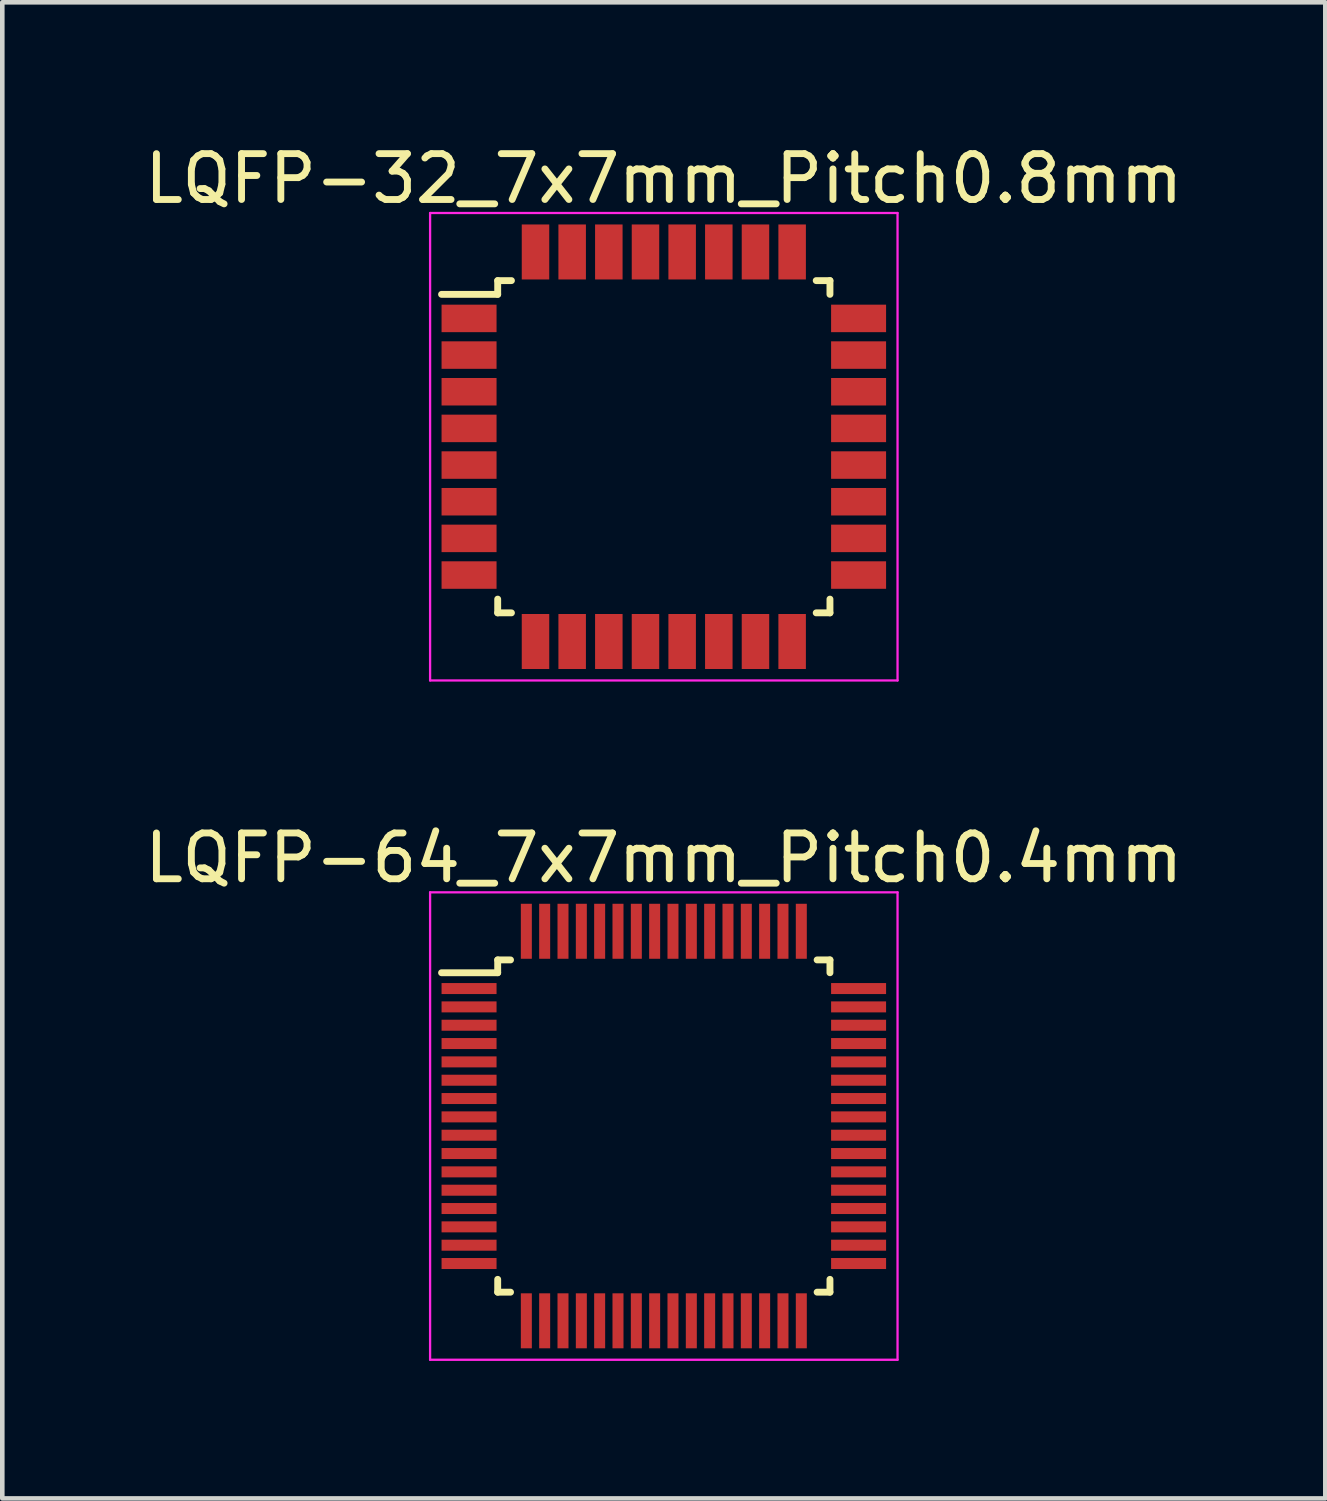
<source format=kicad_pcb>
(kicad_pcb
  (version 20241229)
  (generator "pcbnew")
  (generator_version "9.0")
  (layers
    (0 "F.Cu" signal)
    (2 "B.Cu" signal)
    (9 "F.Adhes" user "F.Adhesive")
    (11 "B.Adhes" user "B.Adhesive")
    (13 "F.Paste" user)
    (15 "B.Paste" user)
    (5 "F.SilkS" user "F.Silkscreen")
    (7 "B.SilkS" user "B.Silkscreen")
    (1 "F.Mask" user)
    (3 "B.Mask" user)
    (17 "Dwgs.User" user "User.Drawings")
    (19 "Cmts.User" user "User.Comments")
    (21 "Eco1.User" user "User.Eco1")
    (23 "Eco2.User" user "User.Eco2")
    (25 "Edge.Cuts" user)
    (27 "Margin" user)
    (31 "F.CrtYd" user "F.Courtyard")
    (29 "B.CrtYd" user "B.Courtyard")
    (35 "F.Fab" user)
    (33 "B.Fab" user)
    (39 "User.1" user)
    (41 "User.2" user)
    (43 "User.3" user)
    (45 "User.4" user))
  (footprint "LQFP-32_7x7mm_Pitch0.8mm"
    (layer "F.Cu")
    (at 11.435 6.698)
    (property "Reference" "LQFP-32_7x7mm_Pitch0.8mm" (at 0 -5.85 0) (layer "F.SilkS") (effects (font (size 1 1) (thickness 0.15))))
    (attr smd)
    (fp_line (start -3.625 -3.625) (end -3.625 -3.325) (stroke (width 0.15) (type solid)) (layer "F.SilkS"))
    (fp_line (start -3.625 -3.625) (end -3.325 -3.625) (stroke (width 0.15) (type solid)) (layer "F.SilkS"))
    (fp_line (start -3.625 -3.325) (end -4.85 -3.325) (stroke (width 0.15) (type solid)) (layer "F.SilkS"))
    (fp_line (start -3.625 3.625) (end -3.625 3.325) (stroke (width 0.15) (type solid)) (layer "F.SilkS"))
    (fp_line (start -3.625 3.625) (end -3.325 3.625) (stroke (width 0.15) (type solid)) (layer "F.SilkS"))
    (fp_line (start 3.625 -3.625) (end 3.325 -3.625) (stroke (width 0.15) (type solid)) (layer "F.SilkS"))
    (fp_line (start 3.625 -3.625) (end 3.625 -3.325) (stroke (width 0.15) (type solid)) (layer "F.SilkS"))
    (fp_line (start 3.625 3.625) (end 3.325 3.625) (stroke (width 0.15) (type solid)) (layer "F.SilkS"))
    (fp_line (start 3.625 3.625) (end 3.625 3.325) (stroke (width 0.15) (type solid)) (layer "F.SilkS"))
    (fp_line (start -5.1 -5.1) (end -5.1 5.1) (stroke (width 0.05) (type solid)) (layer "F.CrtYd"))
    (fp_line (start -5.1 -5.1) (end 5.1 -5.1) (stroke (width 0.05) (type solid)) (layer "F.CrtYd"))
    (fp_line (start -5.1 5.1) (end 5.1 5.1) (stroke (width 0.05) (type solid)) (layer "F.CrtYd"))
    (fp_line (start 5.1 -5.1) (end 5.1 5.1) (stroke (width 0.05) (type solid)) (layer "F.CrtYd"))
    (pad "1" smd rect (at -4.25 -2.8) (size 1.2 0.6) (layers "F.Cu" "F.Mask" "F.Paste"))
    (pad "2" smd rect (at -4.25 -2) (size 1.2 0.6) (layers "F.Cu" "F.Mask" "F.Paste"))
    (pad "3" smd rect (at -4.25 -1.2) (size 1.2 0.6) (layers "F.Cu" "F.Mask" "F.Paste"))
    (pad "4" smd rect (at -4.25 -0.4) (size 1.2 0.6) (layers "F.Cu" "F.Mask" "F.Paste"))
    (pad "5" smd rect (at -4.25 0.4) (size 1.2 0.6) (layers "F.Cu" "F.Mask" "F.Paste"))
    (pad "6" smd rect (at -4.25 1.2) (size 1.2 0.6) (layers "F.Cu" "F.Mask" "F.Paste"))
    (pad "7" smd rect (at -4.25 2) (size 1.2 0.6) (layers "F.Cu" "F.Mask" "F.Paste"))
    (pad "8" smd rect (at -4.25 2.8) (size 1.2 0.6) (layers "F.Cu" "F.Mask" "F.Paste"))
    (pad "9" smd rect (at -2.8 4.25 90) (size 1.2 0.6) (layers "F.Cu" "F.Mask" "F.Paste"))
    (pad "10" smd rect (at -2 4.25 90) (size 1.2 0.6) (layers "F.Cu" "F.Mask" "F.Paste"))
    (pad "11" smd rect (at -1.2 4.25 90) (size 1.2 0.6) (layers "F.Cu" "F.Mask" "F.Paste"))
    (pad "12" smd rect (at -0.4 4.25 90) (size 1.2 0.6) (layers "F.Cu" "F.Mask" "F.Paste"))
    (pad "13" smd rect (at 0.4 4.25 90) (size 1.2 0.6) (layers "F.Cu" "F.Mask" "F.Paste"))
    (pad "14" smd rect (at 1.2 4.25 90) (size 1.2 0.6) (layers "F.Cu" "F.Mask" "F.Paste"))
    (pad "15" smd rect (at 2 4.25 90) (size 1.2 0.6) (layers "F.Cu" "F.Mask" "F.Paste"))
    (pad "16" smd rect (at 2.8 4.25 90) (size 1.2 0.6) (layers "F.Cu" "F.Mask" "F.Paste"))
    (pad "17" smd rect (at 4.25 2.8) (size 1.2 0.6) (layers "F.Cu" "F.Mask" "F.Paste"))
    (pad "18" smd rect (at 4.25 2) (size 1.2 0.6) (layers "F.Cu" "F.Mask" "F.Paste"))
    (pad "19" smd rect (at 4.25 1.2) (size 1.2 0.6) (layers "F.Cu" "F.Mask" "F.Paste"))
    (pad "20" smd rect (at 4.25 0.4) (size 1.2 0.6) (layers "F.Cu" "F.Mask" "F.Paste"))
    (pad "21" smd rect (at 4.25 -0.4) (size 1.2 0.6) (layers "F.Cu" "F.Mask" "F.Paste"))
    (pad "22" smd rect (at 4.25 -1.2) (size 1.2 0.6) (layers "F.Cu" "F.Mask" "F.Paste"))
    (pad "23" smd rect (at 4.25 -2) (size 1.2 0.6) (layers "F.Cu" "F.Mask" "F.Paste"))
    (pad "24" smd rect (at 4.25 -2.8) (size 1.2 0.6) (layers "F.Cu" "F.Mask" "F.Paste"))
    (pad "25" smd rect (at 2.8 -4.25 90) (size 1.2 0.6) (layers "F.Cu" "F.Mask" "F.Paste"))
    (pad "26" smd rect (at 2 -4.25 90) (size 1.2 0.6) (layers "F.Cu" "F.Mask" "F.Paste"))
    (pad "27" smd rect (at 1.2 -4.25 90) (size 1.2 0.6) (layers "F.Cu" "F.Mask" "F.Paste"))
    (pad "28" smd rect (at 0.4 -4.25 90) (size 1.2 0.6) (layers "F.Cu" "F.Mask" "F.Paste"))
    (pad "29" smd rect (at -0.4 -4.25 90) (size 1.2 0.6) (layers "F.Cu" "F.Mask" "F.Paste"))
    (pad "30" smd rect (at -1.2 -4.25 90) (size 1.2 0.6) (layers "F.Cu" "F.Mask" "F.Paste"))
    (pad "31" smd rect (at -2 -4.25 90) (size 1.2 0.6) (layers "F.Cu" "F.Mask" "F.Paste"))
    (pad "32" smd rect (at -2.8 -4.25 90) (size 1.2 0.6) (layers "F.Cu" "F.Mask" "F.Paste")))
  (footprint "LQFP-64_7x7mm_Pitch0.4mm"
    (layer "F.Cu")
    (at 11.435 21.521)
    (property "Reference" "LQFP-64_7x7mm_Pitch0.4mm" (at 0 -5.85 0) (layer "F.SilkS") (effects (font (size 1 1) (thickness 0.15))))
    (attr smd)
    (fp_line (start -3.625 -3.625) (end -3.625 -3.345) (stroke (width 0.15) (type solid)) (layer "F.SilkS"))
    (fp_line (start -3.625 -3.625) (end -3.345 -3.625) (stroke (width 0.15) (type solid)) (layer "F.SilkS"))
    (fp_line (start -3.625 -3.345) (end -4.85 -3.345) (stroke (width 0.15) (type solid)) (layer "F.SilkS"))
    (fp_line (start -3.625 3.625) (end -3.625 3.345) (stroke (width 0.15) (type solid)) (layer "F.SilkS"))
    (fp_line (start -3.625 3.625) (end -3.345 3.625) (stroke (width 0.15) (type solid)) (layer "F.SilkS"))
    (fp_line (start 3.625 -3.625) (end 3.345 -3.625) (stroke (width 0.15) (type solid)) (layer "F.SilkS"))
    (fp_line (start 3.625 -3.625) (end 3.625 -3.345) (stroke (width 0.15) (type solid)) (layer "F.SilkS"))
    (fp_line (start 3.625 3.625) (end 3.345 3.625) (stroke (width 0.15) (type solid)) (layer "F.SilkS"))
    (fp_line (start 3.625 3.625) (end 3.625 3.345) (stroke (width 0.15) (type solid)) (layer "F.SilkS"))
    (fp_line (start -5.1 -5.1) (end -5.1 5.1) (stroke (width 0.05) (type solid)) (layer "F.CrtYd"))
    (fp_line (start -5.1 -5.1) (end 5.1 -5.1) (stroke (width 0.05) (type solid)) (layer "F.CrtYd"))
    (fp_line (start -5.1 5.1) (end 5.1 5.1) (stroke (width 0.05) (type solid)) (layer "F.CrtYd"))
    (fp_line (start 5.1 -5.1) (end 5.1 5.1) (stroke (width 0.05) (type solid)) (layer "F.CrtYd"))
    (pad "1" smd rect (at -4.25 -3) (size 1.2 0.24) (layers "F.Cu" "F.Mask" "F.Paste"))
    (pad "2" smd rect (at -4.25 -2.6) (size 1.2 0.24) (layers "F.Cu" "F.Mask" "F.Paste"))
    (pad "3" smd rect (at -4.25 -2.2) (size 1.2 0.24) (layers "F.Cu" "F.Mask" "F.Paste"))
    (pad "4" smd rect (at -4.25 -1.8) (size 1.2 0.24) (layers "F.Cu" "F.Mask" "F.Paste"))
    (pad "5" smd rect (at -4.25 -1.4) (size 1.2 0.24) (layers "F.Cu" "F.Mask" "F.Paste"))
    (pad "6" smd rect (at -4.25 -1) (size 1.2 0.24) (layers "F.Cu" "F.Mask" "F.Paste"))
    (pad "7" smd rect (at -4.25 -0.6) (size 1.2 0.24) (layers "F.Cu" "F.Mask" "F.Paste"))
    (pad "8" smd rect (at -4.25 -0.2) (size 1.2 0.24) (layers "F.Cu" "F.Mask" "F.Paste"))
    (pad "9" smd rect (at -4.25 0.2) (size 1.2 0.24) (layers "F.Cu" "F.Mask" "F.Paste"))
    (pad "10" smd rect (at -4.25 0.6) (size 1.2 0.24) (layers "F.Cu" "F.Mask" "F.Paste"))
    (pad "11" smd rect (at -4.25 1) (size 1.2 0.24) (layers "F.Cu" "F.Mask" "F.Paste"))
    (pad "12" smd rect (at -4.25 1.4) (size 1.2 0.24) (layers "F.Cu" "F.Mask" "F.Paste"))
    (pad "13" smd rect (at -4.25 1.8) (size 1.2 0.24) (layers "F.Cu" "F.Mask" "F.Paste"))
    (pad "14" smd rect (at -4.25 2.2) (size 1.2 0.24) (layers "F.Cu" "F.Mask" "F.Paste"))
    (pad "15" smd rect (at -4.25 2.6) (size 1.2 0.24) (layers "F.Cu" "F.Mask" "F.Paste"))
    (pad "16" smd rect (at -4.25 3) (size 1.2 0.24) (layers "F.Cu" "F.Mask" "F.Paste"))
    (pad "17" smd rect (at -3 4.25 90) (size 1.2 0.24) (layers "F.Cu" "F.Mask" "F.Paste"))
    (pad "18" smd rect (at -2.6 4.25 90) (size 1.2 0.24) (layers "F.Cu" "F.Mask" "F.Paste"))
    (pad "19" smd rect (at -2.2 4.25 90) (size 1.2 0.24) (layers "F.Cu" "F.Mask" "F.Paste"))
    (pad "20" smd rect (at -1.8 4.25 90) (size 1.2 0.24) (layers "F.Cu" "F.Mask" "F.Paste"))
    (pad "21" smd rect (at -1.4 4.25 90) (size 1.2 0.24) (layers "F.Cu" "F.Mask" "F.Paste"))
    (pad "22" smd rect (at -1 4.25 90) (size 1.2 0.24) (layers "F.Cu" "F.Mask" "F.Paste"))
    (pad "23" smd rect (at -0.6 4.25 90) (size 1.2 0.24) (layers "F.Cu" "F.Mask" "F.Paste"))
    (pad "24" smd rect (at -0.2 4.25 90) (size 1.2 0.24) (layers "F.Cu" "F.Mask" "F.Paste"))
    (pad "25" smd rect (at 0.2 4.25 90) (size 1.2 0.24) (layers "F.Cu" "F.Mask" "F.Paste"))
    (pad "26" smd rect (at 0.6 4.25 90) (size 1.2 0.24) (layers "F.Cu" "F.Mask" "F.Paste"))
    (pad "27" smd rect (at 1 4.25 90) (size 1.2 0.24) (layers "F.Cu" "F.Mask" "F.Paste"))
    (pad "28" smd rect (at 1.4 4.25 90) (size 1.2 0.24) (layers "F.Cu" "F.Mask" "F.Paste"))
    (pad "29" smd rect (at 1.8 4.25 90) (size 1.2 0.24) (layers "F.Cu" "F.Mask" "F.Paste"))
    (pad "30" smd rect (at 2.2 4.25 90) (size 1.2 0.24) (layers "F.Cu" "F.Mask" "F.Paste"))
    (pad "31" smd rect (at 2.6 4.25 90) (size 1.2 0.24) (layers "F.Cu" "F.Mask" "F.Paste"))
    (pad "32" smd rect (at 3 4.25 90) (size 1.2 0.24) (layers "F.Cu" "F.Mask" "F.Paste"))
    (pad "33" smd rect (at 4.25 3) (size 1.2 0.24) (layers "F.Cu" "F.Mask" "F.Paste"))
    (pad "34" smd rect (at 4.25 2.6) (size 1.2 0.24) (layers "F.Cu" "F.Mask" "F.Paste"))
    (pad "35" smd rect (at 4.25 2.2) (size 1.2 0.24) (layers "F.Cu" "F.Mask" "F.Paste"))
    (pad "36" smd rect (at 4.25 1.8) (size 1.2 0.24) (layers "F.Cu" "F.Mask" "F.Paste"))
    (pad "37" smd rect (at 4.25 1.4) (size 1.2 0.24) (layers "F.Cu" "F.Mask" "F.Paste"))
    (pad "38" smd rect (at 4.25 1) (size 1.2 0.24) (layers "F.Cu" "F.Mask" "F.Paste"))
    (pad "39" smd rect (at 4.25 0.6) (size 1.2 0.24) (layers "F.Cu" "F.Mask" "F.Paste"))
    (pad "40" smd rect (at 4.25 0.2) (size 1.2 0.24) (layers "F.Cu" "F.Mask" "F.Paste"))
    (pad "41" smd rect (at 4.25 -0.2) (size 1.2 0.24) (layers "F.Cu" "F.Mask" "F.Paste"))
    (pad "42" smd rect (at 4.25 -0.6) (size 1.2 0.24) (layers "F.Cu" "F.Mask" "F.Paste"))
    (pad "43" smd rect (at 4.25 -1) (size 1.2 0.24) (layers "F.Cu" "F.Mask" "F.Paste"))
    (pad "44" smd rect (at 4.25 -1.4) (size 1.2 0.24) (layers "F.Cu" "F.Mask" "F.Paste"))
    (pad "45" smd rect (at 4.25 -1.8) (size 1.2 0.24) (layers "F.Cu" "F.Mask" "F.Paste"))
    (pad "46" smd rect (at 4.25 -2.2) (size 1.2 0.24) (layers "F.Cu" "F.Mask" "F.Paste"))
    (pad "47" smd rect (at 4.25 -2.6) (size 1.2 0.24) (layers "F.Cu" "F.Mask" "F.Paste"))
    (pad "48" smd rect (at 4.25 -3) (size 1.2 0.24) (layers "F.Cu" "F.Mask" "F.Paste"))
    (pad "49" smd rect (at 3 -4.25 90) (size 1.2 0.24) (layers "F.Cu" "F.Mask" "F.Paste"))
    (pad "50" smd rect (at 2.6 -4.25 90) (size 1.2 0.24) (layers "F.Cu" "F.Mask" "F.Paste"))
    (pad "51" smd rect (at 2.2 -4.25 90) (size 1.2 0.24) (layers "F.Cu" "F.Mask" "F.Paste"))
    (pad "52" smd rect (at 1.8 -4.25 90) (size 1.2 0.24) (layers "F.Cu" "F.Mask" "F.Paste"))
    (pad "53" smd rect (at 1.4 -4.25 90) (size 1.2 0.24) (layers "F.Cu" "F.Mask" "F.Paste"))
    (pad "54" smd rect (at 1 -4.25 90) (size 1.2 0.24) (layers "F.Cu" "F.Mask" "F.Paste"))
    (pad "55" smd rect (at 0.6 -4.25 90) (size 1.2 0.24) (layers "F.Cu" "F.Mask" "F.Paste"))
    (pad "56" smd rect (at 0.2 -4.25 90) (size 1.2 0.24) (layers "F.Cu" "F.Mask" "F.Paste"))
    (pad "57" smd rect (at -0.2 -4.25 90) (size 1.2 0.24) (layers "F.Cu" "F.Mask" "F.Paste"))
    (pad "58" smd rect (at -0.6 -4.25 90) (size 1.2 0.24) (layers "F.Cu" "F.Mask" "F.Paste"))
    (pad "59" smd rect (at -1 -4.25 90) (size 1.2 0.24) (layers "F.Cu" "F.Mask" "F.Paste"))
    (pad "60" smd rect (at -1.4 -4.25 90) (size 1.2 0.24) (layers "F.Cu" "F.Mask" "F.Paste"))
    (pad "61" smd rect (at -1.8 -4.25 90) (size 1.2 0.24) (layers "F.Cu" "F.Mask" "F.Paste"))
    (pad "62" smd rect (at -2.2 -4.25 90) (size 1.2 0.24) (layers "F.Cu" "F.Mask" "F.Paste"))
    (pad "63" smd rect (at -2.6 -4.25 90) (size 1.2 0.24) (layers "F.Cu" "F.Mask" "F.Paste"))
    (pad "64" smd rect (at -3 -4.25 90) (size 1.2 0.24) (layers "F.Cu" "F.Mask" "F.Paste")))
  (gr_rect
    (start -3 -3)
    (end 25.869 29.646)
    (stroke (width 0.1) (type default))
    (fill no)
    (layer "Edge.Cuts")))
</source>
